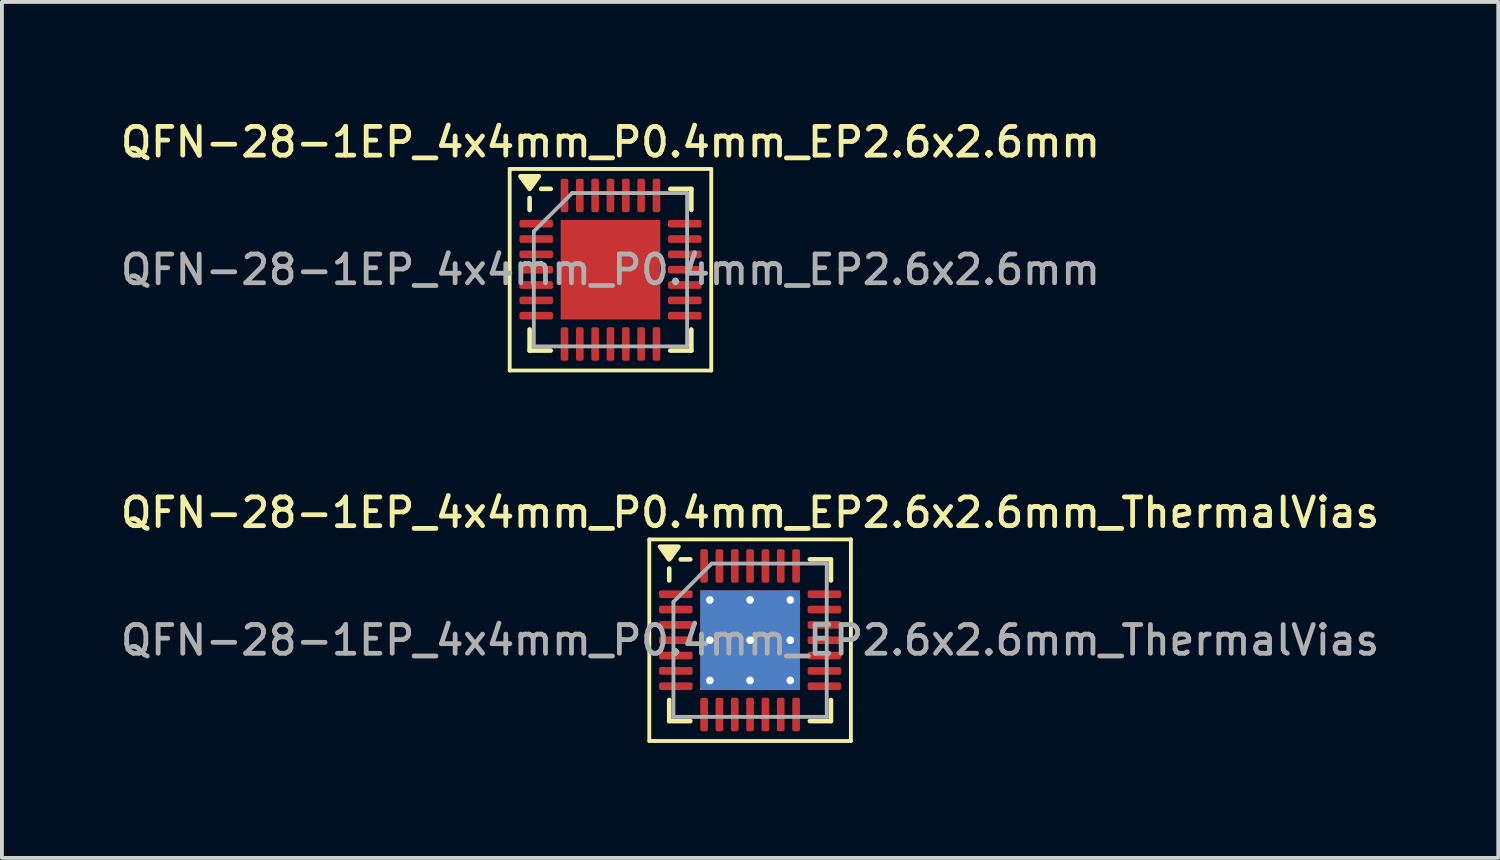
<source format=kicad_pcb>
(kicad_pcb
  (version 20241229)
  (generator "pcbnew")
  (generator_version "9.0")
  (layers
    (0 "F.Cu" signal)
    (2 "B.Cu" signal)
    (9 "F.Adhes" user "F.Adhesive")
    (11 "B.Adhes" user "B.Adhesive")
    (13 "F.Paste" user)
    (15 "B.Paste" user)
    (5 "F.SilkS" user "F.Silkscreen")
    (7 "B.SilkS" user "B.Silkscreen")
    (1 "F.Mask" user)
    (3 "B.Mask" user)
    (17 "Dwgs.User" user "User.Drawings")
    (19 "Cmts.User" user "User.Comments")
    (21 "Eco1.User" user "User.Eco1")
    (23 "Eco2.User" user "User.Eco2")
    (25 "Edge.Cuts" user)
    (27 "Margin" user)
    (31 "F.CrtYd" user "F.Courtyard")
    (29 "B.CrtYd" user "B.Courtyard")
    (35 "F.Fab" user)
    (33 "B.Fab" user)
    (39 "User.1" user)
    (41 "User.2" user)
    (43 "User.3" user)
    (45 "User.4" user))
  (footprint "QFN-28-1EP_4x4mm_P0.4mm_EP2.6x2.6mm_ThermalVias"
    (layer "F.Cu")
    (at 16.523 13.656)
    (property "Reference" "QFN-28-1EP_4x4mm_P0.4mm_EP2.6x2.6mm_ThermalVias" (at 0 -3.33 0) (layer "F.SilkS") (effects (font (size 0.75 0.75) (thickness 0.125))))
    (attr smd)
    (fp_line (start -2.63 -2.63) (end -2.63 2.63) (stroke (width 0.1) (type solid)) (layer "F.SilkS"))
    (fp_line (start -2.63 2.63) (end 2.63 2.63) (stroke (width 0.1) (type solid)) (layer "F.SilkS"))
    (fp_line (start -2.11 -1.56) (end -2.11 -1.87) (stroke (width 0.12) (type solid)) (layer "F.SilkS"))
    (fp_line (start -2.11 2.11) (end -2.11 1.56) (stroke (width 0.12) (type solid)) (layer "F.SilkS"))
    (fp_line (start -1.56 -2.11) (end -1.81 -2.11) (stroke (width 0.12) (type solid)) (layer "F.SilkS"))
    (fp_line (start -1.56 2.11) (end -2.11 2.11) (stroke (width 0.12) (type solid)) (layer "F.SilkS"))
    (fp_line (start 1.56 -2.11) (end 2.11 -2.11) (stroke (width 0.12) (type solid)) (layer "F.SilkS"))
    (fp_line (start 1.56 2.11) (end 2.11 2.11) (stroke (width 0.12) (type solid)) (layer "F.SilkS"))
    (fp_line (start 2.11 -2.11) (end 2.11 -1.56) (stroke (width 0.12) (type solid)) (layer "F.SilkS"))
    (fp_line (start 2.11 2.11) (end 2.11 1.56) (stroke (width 0.12) (type solid)) (layer "F.SilkS"))
    (fp_line (start 2.63 -2.63) (end -2.63 -2.63) (stroke (width 0.1) (type solid)) (layer "F.SilkS"))
    (fp_line (start 2.63 2.63) (end 2.63 -2.63) (stroke (width 0.1) (type solid)) (layer "F.SilkS"))
    (fp_poly (pts (xy -2.11 -2.11) (xy -2.35 -2.44) (xy -1.87 -2.44) (xy -2.11 -2.11)) (stroke (width 0.12) (type solid)) (fill yes) (layer "F.SilkS"))
    (fp_line (start -2 -1) (end -1 -2) (stroke (width 0.1) (type solid)) (layer "F.Fab"))
    (fp_line (start -2 2) (end -2 -1) (stroke (width 0.1) (type solid)) (layer "F.Fab"))
    (fp_line (start -1 -2) (end 2 -2) (stroke (width 0.1) (type solid)) (layer "F.Fab"))
    (fp_line (start 2 -2) (end 2 2) (stroke (width 0.1) (type solid)) (layer "F.Fab"))
    (fp_line (start 2 2) (end -2 2) (stroke (width 0.1) (type solid)) (layer "F.Fab"))
    (fp_text user "${REFERENCE}" (at 0 0 0) (layer "F.Fab") (effects (font (size 0.75 0.75) (thickness 0.125))))
    (pad "" smd roundrect (at -0.65 -0.65) (size 1.13 1.13) (layers "F.Paste") (roundrect_rratio 0.221))
    (pad "" smd roundrect (at -0.65 0.65) (size 1.13 1.13) (layers "F.Paste") (roundrect_rratio 0.221))
    (pad "" smd roundrect (at 0.65 -0.65) (size 1.13 1.13) (layers "F.Paste") (roundrect_rratio 0.221))
    (pad "" smd roundrect (at 0.65 0.65) (size 1.13 1.13) (layers "F.Paste") (roundrect_rratio 0.221))
    (pad "1" smd roundrect (at -1.938 -1.2) (size 0.875 0.2) (layers "F.Cu" "F.Mask" "F.Paste") (roundrect_rratio 0.25))
    (pad "2" smd roundrect (at -1.938 -0.8) (size 0.875 0.2) (layers "F.Cu" "F.Mask" "F.Paste") (roundrect_rratio 0.25))
    (pad "3" smd roundrect (at -1.938 -0.4) (size 0.875 0.2) (layers "F.Cu" "F.Mask" "F.Paste") (roundrect_rratio 0.25))
    (pad "4" smd roundrect (at -1.938 0) (size 0.875 0.2) (layers "F.Cu" "F.Mask" "F.Paste") (roundrect_rratio 0.25))
    (pad "5" smd roundrect (at -1.938 0.4) (size 0.875 0.2) (layers "F.Cu" "F.Mask" "F.Paste") (roundrect_rratio 0.25))
    (pad "6" smd roundrect (at -1.938 0.8) (size 0.875 0.2) (layers "F.Cu" "F.Mask" "F.Paste") (roundrect_rratio 0.25))
    (pad "7" smd roundrect (at -1.938 1.2) (size 0.875 0.2) (layers "F.Cu" "F.Mask" "F.Paste") (roundrect_rratio 0.25))
    (pad "8" smd roundrect (at -1.2 1.938) (size 0.2 0.875) (layers "F.Cu" "F.Mask" "F.Paste") (roundrect_rratio 0.25))
    (pad "9" smd roundrect (at -0.8 1.938) (size 0.2 0.875) (layers "F.Cu" "F.Mask" "F.Paste") (roundrect_rratio 0.25))
    (pad "10" smd roundrect (at -0.4 1.938) (size 0.2 0.875) (layers "F.Cu" "F.Mask" "F.Paste") (roundrect_rratio 0.25))
    (pad "11" smd roundrect (at 0 1.938) (size 0.2 0.875) (layers "F.Cu" "F.Mask" "F.Paste") (roundrect_rratio 0.25))
    (pad "12" smd roundrect (at 0.4 1.938) (size 0.2 0.875) (layers "F.Cu" "F.Mask" "F.Paste") (roundrect_rratio 0.25))
    (pad "13" smd roundrect (at 0.8 1.938) (size 0.2 0.875) (layers "F.Cu" "F.Mask" "F.Paste") (roundrect_rratio 0.25))
    (pad "14" smd roundrect (at 1.2 1.938) (size 0.2 0.875) (layers "F.Cu" "F.Mask" "F.Paste") (roundrect_rratio 0.25))
    (pad "15" smd roundrect (at 1.938 1.2) (size 0.875 0.2) (layers "F.Cu" "F.Mask" "F.Paste") (roundrect_rratio 0.25))
    (pad "16" smd roundrect (at 1.938 0.8) (size 0.875 0.2) (layers "F.Cu" "F.Mask" "F.Paste") (roundrect_rratio 0.25))
    (pad "17" smd roundrect (at 1.938 0.4) (size 0.875 0.2) (layers "F.Cu" "F.Mask" "F.Paste") (roundrect_rratio 0.25))
    (pad "18" smd roundrect (at 1.938 0) (size 0.875 0.2) (layers "F.Cu" "F.Mask" "F.Paste") (roundrect_rratio 0.25))
    (pad "19" smd roundrect (at 1.938 -0.4) (size 0.875 0.2) (layers "F.Cu" "F.Mask" "F.Paste") (roundrect_rratio 0.25))
    (pad "20" smd roundrect (at 1.938 -0.8) (size 0.875 0.2) (layers "F.Cu" "F.Mask" "F.Paste") (roundrect_rratio 0.25))
    (pad "21" smd roundrect (at 1.938 -1.2) (size 0.875 0.2) (layers "F.Cu" "F.Mask" "F.Paste") (roundrect_rratio 0.25))
    (pad "22" smd roundrect (at 1.2 -1.938) (size 0.2 0.875) (layers "F.Cu" "F.Mask" "F.Paste") (roundrect_rratio 0.25))
    (pad "23" smd roundrect (at 0.8 -1.938) (size 0.2 0.875) (layers "F.Cu" "F.Mask" "F.Paste") (roundrect_rratio 0.25))
    (pad "24" smd roundrect (at 0.4 -1.938) (size 0.2 0.875) (layers "F.Cu" "F.Mask" "F.Paste") (roundrect_rratio 0.25))
    (pad "25" smd roundrect (at 0 -1.938) (size 0.2 0.875) (layers "F.Cu" "F.Mask" "F.Paste") (roundrect_rratio 0.25))
    (pad "26" smd roundrect (at -0.4 -1.938) (size 0.2 0.875) (layers "F.Cu" "F.Mask" "F.Paste") (roundrect_rratio 0.25))
    (pad "27" smd roundrect (at -0.8 -1.938) (size 0.2 0.875) (layers "F.Cu" "F.Mask" "F.Paste") (roundrect_rratio 0.25))
    (pad "28" smd roundrect (at -1.2 -1.938) (size 0.2 0.875) (layers "F.Cu" "F.Mask" "F.Paste") (roundrect_rratio 0.25))
    (pad "29" thru_hole circle (at -1.05 -1.05) (size 0.5 0.5) (drill 0.2) (property pad_prop_heatsink) (layers "*.Cu"))
    (pad "29" thru_hole circle (at -1.05 0) (size 0.5 0.5) (drill 0.2) (property pad_prop_heatsink) (layers "*.Cu"))
    (pad "29" thru_hole circle (at -1.05 1.05) (size 0.5 0.5) (drill 0.2) (property pad_prop_heatsink) (layers "*.Cu"))
    (pad "29" thru_hole circle (at 0 -1.05) (size 0.5 0.5) (drill 0.2) (property pad_prop_heatsink) (layers "*.Cu"))
    (pad "29" thru_hole circle (at 0 0) (size 0.5 0.5) (drill 0.2) (property pad_prop_heatsink) (layers "*.Cu"))
    (pad "29" smd rect (at 0 0) (size 2.6 2.6) (property pad_prop_heatsink) (layers "F.Cu" "F.Mask"))
    (pad "29" smd rect (at 0 0) (size 2.6 2.6) (property pad_prop_heatsink) (layers "B.Cu"))
    (pad "29" thru_hole circle (at 0 1.05) (size 0.5 0.5) (drill 0.2) (property pad_prop_heatsink) (layers "*.Cu"))
    (pad "29" thru_hole circle (at 1.05 -1.05) (size 0.5 0.5) (drill 0.2) (property pad_prop_heatsink) (layers "*.Cu"))
    (pad "29" thru_hole circle (at 1.05 0) (size 0.5 0.5) (drill 0.2) (property pad_prop_heatsink) (layers "*.Cu"))
    (pad "29" thru_hole circle (at 1.05 1.05) (size 0.5 0.5) (drill 0.2) (property pad_prop_heatsink) (layers "*.Cu")))
  (footprint "QFN-28-1EP_4x4mm_P0.4mm_EP2.6x2.6mm"
    (layer "F.Cu")
    (at 12.88 3.988)
    (property "Reference" "QFN-28-1EP_4x4mm_P0.4mm_EP2.6x2.6mm" (at 0 -3.33 0) (layer "F.SilkS") (effects (font (size 0.75 0.75) (thickness 0.125))))
    (attr smd)
    (fp_line (start -2.63 -2.63) (end -2.63 2.63) (stroke (width 0.1) (type solid)) (layer "F.SilkS"))
    (fp_line (start -2.63 2.63) (end 2.63 2.63) (stroke (width 0.1) (type solid)) (layer "F.SilkS"))
    (fp_line (start -2.11 -1.56) (end -2.11 -1.87) (stroke (width 0.12) (type solid)) (layer "F.SilkS"))
    (fp_line (start -2.11 2.11) (end -2.11 1.56) (stroke (width 0.12) (type solid)) (layer "F.SilkS"))
    (fp_line (start -1.56 -2.11) (end -1.81 -2.11) (stroke (width 0.12) (type solid)) (layer "F.SilkS"))
    (fp_line (start -1.56 2.11) (end -2.11 2.11) (stroke (width 0.12) (type solid)) (layer "F.SilkS"))
    (fp_line (start 1.56 -2.11) (end 2.11 -2.11) (stroke (width 0.12) (type solid)) (layer "F.SilkS"))
    (fp_line (start 1.56 2.11) (end 2.11 2.11) (stroke (width 0.12) (type solid)) (layer "F.SilkS"))
    (fp_line (start 2.11 -2.11) (end 2.11 -1.56) (stroke (width 0.12) (type solid)) (layer "F.SilkS"))
    (fp_line (start 2.11 2.11) (end 2.11 1.56) (stroke (width 0.12) (type solid)) (layer "F.SilkS"))
    (fp_line (start 2.63 -2.63) (end -2.63 -2.63) (stroke (width 0.1) (type solid)) (layer "F.SilkS"))
    (fp_line (start 2.63 2.63) (end 2.63 -2.63) (stroke (width 0.1) (type solid)) (layer "F.SilkS"))
    (fp_poly (pts (xy -2.11 -2.11) (xy -2.35 -2.44) (xy -1.87 -2.44) (xy -2.11 -2.11)) (stroke (width 0.12) (type solid)) (fill yes) (layer "F.SilkS"))
    (fp_line (start -2 -1) (end -1 -2) (stroke (width 0.1) (type solid)) (layer "F.Fab"))
    (fp_line (start -2 2) (end -2 -1) (stroke (width 0.1) (type solid)) (layer "F.Fab"))
    (fp_line (start -1 -2) (end 2 -2) (stroke (width 0.1) (type solid)) (layer "F.Fab"))
    (fp_line (start 2 -2) (end 2 2) (stroke (width 0.1) (type solid)) (layer "F.Fab"))
    (fp_line (start 2 2) (end -2 2) (stroke (width 0.1) (type solid)) (layer "F.Fab"))
    (fp_text user "${REFERENCE}" (at 0 0 0) (layer "F.Fab") (effects (font (size 0.75 0.75) (thickness 0.125))))
    (pad "" smd roundrect (at -0.65 -0.65) (size 1.05 1.05) (layers "F.Paste") (roundrect_rratio 0.238))
    (pad "" smd roundrect (at -0.65 0.65) (size 1.05 1.05) (layers "F.Paste") (roundrect_rratio 0.238))
    (pad "" smd roundrect (at 0.65 -0.65) (size 1.05 1.05) (layers "F.Paste") (roundrect_rratio 0.238))
    (pad "" smd roundrect (at 0.65 0.65) (size 1.05 1.05) (layers "F.Paste") (roundrect_rratio 0.238))
    (pad "1" smd roundrect (at -1.938 -1.2) (size 0.875 0.2) (layers "F.Cu" "F.Mask" "F.Paste") (roundrect_rratio 0.25))
    (pad "2" smd roundrect (at -1.938 -0.8) (size 0.875 0.2) (layers "F.Cu" "F.Mask" "F.Paste") (roundrect_rratio 0.25))
    (pad "3" smd roundrect (at -1.938 -0.4) (size 0.875 0.2) (layers "F.Cu" "F.Mask" "F.Paste") (roundrect_rratio 0.25))
    (pad "4" smd roundrect (at -1.938 0) (size 0.875 0.2) (layers "F.Cu" "F.Mask" "F.Paste") (roundrect_rratio 0.25))
    (pad "5" smd roundrect (at -1.938 0.4) (size 0.875 0.2) (layers "F.Cu" "F.Mask" "F.Paste") (roundrect_rratio 0.25))
    (pad "6" smd roundrect (at -1.938 0.8) (size 0.875 0.2) (layers "F.Cu" "F.Mask" "F.Paste") (roundrect_rratio 0.25))
    (pad "7" smd roundrect (at -1.938 1.2) (size 0.875 0.2) (layers "F.Cu" "F.Mask" "F.Paste") (roundrect_rratio 0.25))
    (pad "8" smd roundrect (at -1.2 1.938) (size 0.2 0.875) (layers "F.Cu" "F.Mask" "F.Paste") (roundrect_rratio 0.25))
    (pad "9" smd roundrect (at -0.8 1.938) (size 0.2 0.875) (layers "F.Cu" "F.Mask" "F.Paste") (roundrect_rratio 0.25))
    (pad "10" smd roundrect (at -0.4 1.938) (size 0.2 0.875) (layers "F.Cu" "F.Mask" "F.Paste") (roundrect_rratio 0.25))
    (pad "11" smd roundrect (at 0 1.938) (size 0.2 0.875) (layers "F.Cu" "F.Mask" "F.Paste") (roundrect_rratio 0.25))
    (pad "12" smd roundrect (at 0.4 1.938) (size 0.2 0.875) (layers "F.Cu" "F.Mask" "F.Paste") (roundrect_rratio 0.25))
    (pad "13" smd roundrect (at 0.8 1.938) (size 0.2 0.875) (layers "F.Cu" "F.Mask" "F.Paste") (roundrect_rratio 0.25))
    (pad "14" smd roundrect (at 1.2 1.938) (size 0.2 0.875) (layers "F.Cu" "F.Mask" "F.Paste") (roundrect_rratio 0.25))
    (pad "15" smd roundrect (at 1.938 1.2) (size 0.875 0.2) (layers "F.Cu" "F.Mask" "F.Paste") (roundrect_rratio 0.25))
    (pad "16" smd roundrect (at 1.938 0.8) (size 0.875 0.2) (layers "F.Cu" "F.Mask" "F.Paste") (roundrect_rratio 0.25))
    (pad "17" smd roundrect (at 1.938 0.4) (size 0.875 0.2) (layers "F.Cu" "F.Mask" "F.Paste") (roundrect_rratio 0.25))
    (pad "18" smd roundrect (at 1.938 0) (size 0.875 0.2) (layers "F.Cu" "F.Mask" "F.Paste") (roundrect_rratio 0.25))
    (pad "19" smd roundrect (at 1.938 -0.4) (size 0.875 0.2) (layers "F.Cu" "F.Mask" "F.Paste") (roundrect_rratio 0.25))
    (pad "20" smd roundrect (at 1.938 -0.8) (size 0.875 0.2) (layers "F.Cu" "F.Mask" "F.Paste") (roundrect_rratio 0.25))
    (pad "21" smd roundrect (at 1.938 -1.2) (size 0.875 0.2) (layers "F.Cu" "F.Mask" "F.Paste") (roundrect_rratio 0.25))
    (pad "22" smd roundrect (at 1.2 -1.938) (size 0.2 0.875) (layers "F.Cu" "F.Mask" "F.Paste") (roundrect_rratio 0.25))
    (pad "23" smd roundrect (at 0.8 -1.938) (size 0.2 0.875) (layers "F.Cu" "F.Mask" "F.Paste") (roundrect_rratio 0.25))
    (pad "24" smd roundrect (at 0.4 -1.938) (size 0.2 0.875) (layers "F.Cu" "F.Mask" "F.Paste") (roundrect_rratio 0.25))
    (pad "25" smd roundrect (at 0 -1.938) (size 0.2 0.875) (layers "F.Cu" "F.Mask" "F.Paste") (roundrect_rratio 0.25))
    (pad "26" smd roundrect (at -0.4 -1.938) (size 0.2 0.875) (layers "F.Cu" "F.Mask" "F.Paste") (roundrect_rratio 0.25))
    (pad "27" smd roundrect (at -0.8 -1.938) (size 0.2 0.875) (layers "F.Cu" "F.Mask" "F.Paste") (roundrect_rratio 0.25))
    (pad "28" smd roundrect (at -1.2 -1.938) (size 0.2 0.875) (layers "F.Cu" "F.Mask" "F.Paste") (roundrect_rratio 0.25))
    (pad "29" smd rect (at 0 0) (size 2.6 2.6) (property pad_prop_heatsink) (layers "F.Cu" "F.Mask")))
  (gr_rect
    (start -3 -3)
    (end 36.046 19.336)
    (stroke (width 0.1) (type default))
    (fill no)
    (layer "Edge.Cuts")))
</source>
